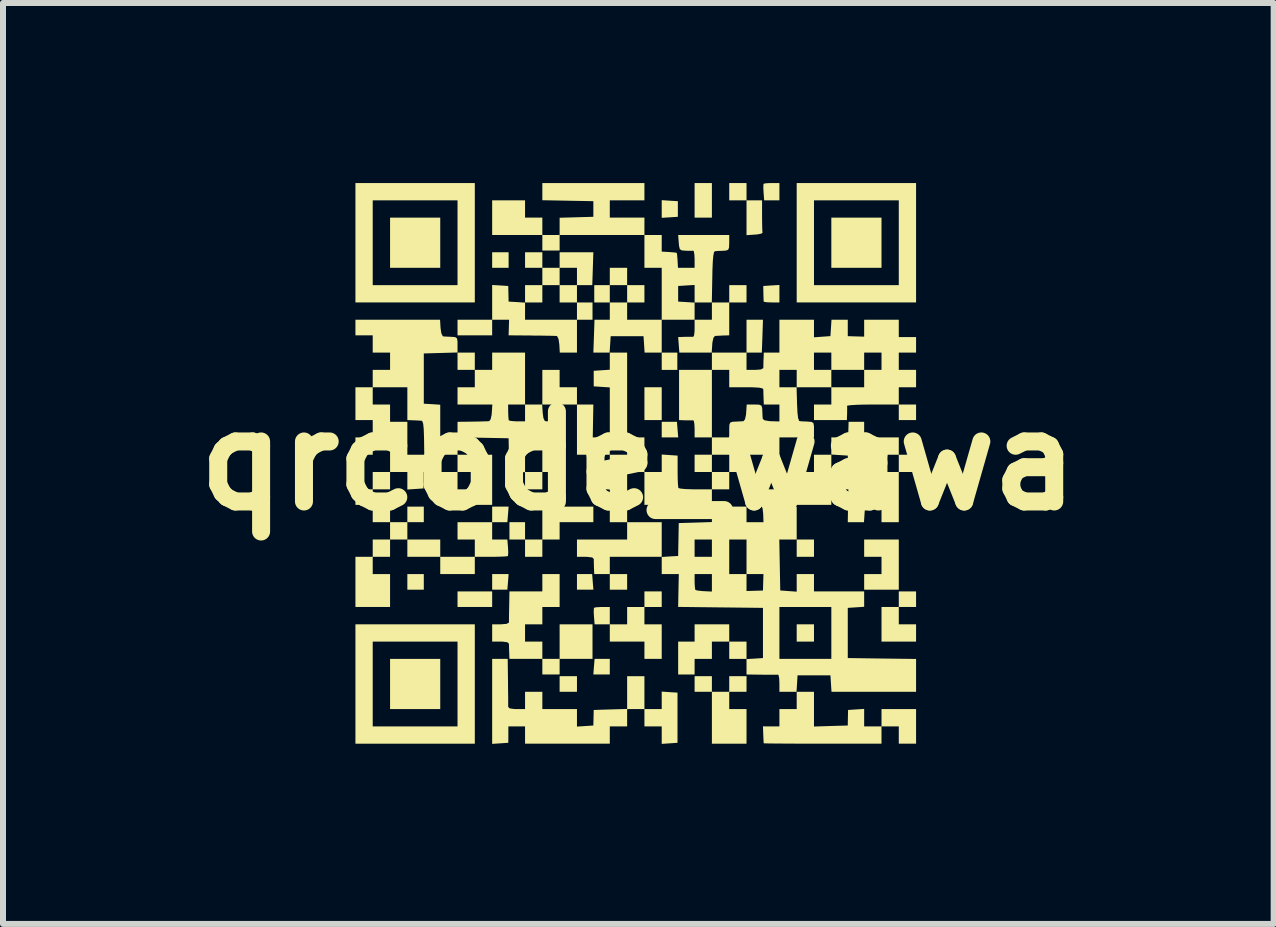
<source format=kicad_pcb>
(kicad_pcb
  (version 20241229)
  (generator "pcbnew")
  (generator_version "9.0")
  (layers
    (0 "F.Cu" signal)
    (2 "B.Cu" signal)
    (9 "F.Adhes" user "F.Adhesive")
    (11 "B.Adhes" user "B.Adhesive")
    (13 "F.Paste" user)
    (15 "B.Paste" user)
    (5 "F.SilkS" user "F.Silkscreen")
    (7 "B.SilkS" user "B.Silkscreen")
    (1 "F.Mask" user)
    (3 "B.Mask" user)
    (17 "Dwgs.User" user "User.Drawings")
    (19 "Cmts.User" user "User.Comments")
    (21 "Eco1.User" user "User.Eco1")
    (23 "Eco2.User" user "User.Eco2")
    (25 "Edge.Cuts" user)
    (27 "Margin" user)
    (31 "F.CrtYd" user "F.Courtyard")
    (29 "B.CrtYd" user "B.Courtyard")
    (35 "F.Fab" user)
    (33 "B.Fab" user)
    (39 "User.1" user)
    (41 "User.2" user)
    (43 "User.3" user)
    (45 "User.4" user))
  (footprint "qrcode_wawa"
    (layer "F.Cu")
    (at 7.586 4.627)
    (property "Reference" "qrcode_wawa" (at 0 0 0) (layer "F.SilkS") (effects (font (size 1.5 1.5) (thickness 0.3))))
    (attr board_only exclude_from_pos_files exclude_from_bom)
    (fp_poly (pts (xy -3.575 2.018) (xy -3.575 2.148) (xy -3.712 2.148) (xy -3.849 2.148) (xy -3.849 2.018) (xy -3.849 1.888) (xy -3.712 1.888) (xy -3.575 1.888)) (stroke (width 0) (type solid)) (fill yes) (layer "F.SilkS"))
    (fp_poly (pts (xy -3.301 -3.633) (xy -3.301 -3.215) (xy -3.719 -3.215) (xy -4.137 -3.215) (xy -4.137 -3.633) (xy -4.137 -4.051) (xy -3.719 -4.051) (xy -3.301 -4.051)) (stroke (width 0) (type solid)) (fill yes) (layer "F.SilkS"))
    (fp_poly (pts (xy -3.301 3.719) (xy -3.301 4.137) (xy -3.719 4.137) (xy -4.137 4.137) (xy -4.137 3.719) (xy -4.137 3.301) (xy -3.719 3.301) (xy -3.301 3.301)) (stroke (width 0) (type solid)) (fill yes) (layer "F.SilkS"))
    (fp_poly (pts (xy -2.436 2.306) (xy -2.436 2.436) (xy -2.725 2.436) (xy -3.013 2.436) (xy -3.013 2.306) (xy -3.013 2.177) (xy -2.725 2.177) (xy -2.436 2.177)) (stroke (width 0) (type solid)) (fill yes) (layer "F.SilkS"))
    (fp_poly (pts (xy -2.172 2.018) (xy -2.183 2.148) (xy -2.309 2.148) (xy -2.436 2.148) (xy -2.436 2.018) (xy -2.436 1.888) (xy -2.299 1.888) (xy -2.162 1.888)) (stroke (width 0) (type solid)) (fill yes) (layer "F.SilkS"))
    (fp_poly (pts (xy -2.162 -3.344) (xy -2.162 -3.215) (xy -2.299 -3.215) (xy -2.436 -3.215) (xy -2.436 -3.344) (xy -2.436 -3.474) (xy -2.299 -3.474) (xy -2.162 -3.474)) (stroke (width 0) (type solid)) (fill yes) (layer "F.SilkS"))
    (fp_poly (pts (xy -1.023 3.719) (xy -1.023 3.849) (xy -1.168 3.849) (xy -1.312 3.849) (xy -1.312 3.719) (xy -1.312 3.589) (xy -1.168 3.589) (xy -1.023 3.589)) (stroke (width 0) (type solid)) (fill yes) (layer "F.SilkS"))
    (fp_poly (pts (xy -0.76 2.018) (xy -0.749 2.148) (xy -0.886 2.148) (xy -1.023 2.148) (xy -1.023 2.018) (xy -1.023 1.888) (xy -0.897 1.888) (xy -0.77 1.888)) (stroke (width 0) (type solid)) (fill yes) (layer "F.SilkS"))
    (fp_poly (pts (xy -0.476 3.431) (xy -0.476 3.561) (xy -0.613 3.561) (xy -0.75 3.561) (xy -0.74 3.431) (xy -0.729 3.301) (xy -0.603 3.301) (xy -0.476 3.301)) (stroke (width 0) (type solid)) (fill yes) (layer "F.SilkS"))
    (fp_poly (pts (xy -0.187 2.018) (xy -0.187 2.148) (xy -0.332 2.148) (xy -0.476 2.148) (xy -0.476 2.018) (xy -0.476 1.888) (xy -0.332 1.888) (xy -0.187 1.888)) (stroke (width 0) (type solid)) (fill yes) (layer "F.SilkS"))
    (fp_poly (pts (xy 0.389 -0.951) (xy 0.389 -0.678) (xy 0.245 -0.678) (xy 0.101 -0.678) (xy 0.101 -0.951) (xy 0.101 -1.225) (xy 0.245 -1.225) (xy 0.389 -1.225)) (stroke (width 0) (type solid)) (fill yes) (layer "F.SilkS"))
    (fp_poly (pts (xy 0.524 -4.333) (xy 0.658 -4.325) (xy 0.658 -4.195) (xy 0.658 -4.065) (xy 0.524 -4.056) (xy 0.389 -4.048) (xy 0.389 -4.195) (xy 0.389 -4.342)) (stroke (width 0) (type solid)) (fill yes) (layer "F.SilkS"))
    (fp_poly (pts (xy 0.649 -1.658) (xy 0.649 -1.514) (xy 0.519 -1.514) (xy 0.389 -1.514) (xy 0.389 -1.658) (xy 0.389 -1.802) (xy 0.519 -1.802) (xy 0.649 -1.802)) (stroke (width 0) (type solid)) (fill yes) (layer "F.SilkS"))
    (fp_poly (pts (xy 0.653 -0.519) (xy 0.664 -0.389) (xy 0.526 -0.389) (xy 0.389 -0.389) (xy 0.389 -0.519) (xy 0.389 -0.649) (xy 0.516 -0.649) (xy 0.643 -0.649)) (stroke (width 0) (type solid)) (fill yes) (layer "F.SilkS"))
    (fp_poly (pts (xy 1.225 -4.339) (xy 1.225 -4.051) (xy 1.081 -4.051) (xy 0.937 -4.051) (xy 0.937 -4.339) (xy 0.937 -4.627) (xy 1.081 -4.627) (xy 1.225 -4.627)) (stroke (width 0) (type solid)) (fill yes) (layer "F.SilkS"))
    (fp_poly (pts (xy 1.225 0.043) (xy 1.225 0.187) (xy 1.081 0.187) (xy 0.937 0.187) (xy 0.937 0.043) (xy 0.937 -0.101) (xy 1.081 -0.101) (xy 1.225 -0.101)) (stroke (width 0) (type solid)) (fill yes) (layer "F.SilkS"))
    (fp_poly (pts (xy 1.802 -4.483) (xy 1.802 -4.339) (xy 1.658 -4.339) (xy 1.514 -4.339) (xy 1.514 -4.483) (xy 1.514 -4.627) (xy 1.658 -4.627) (xy 1.802 -4.627)) (stroke (width 0) (type solid)) (fill yes) (layer "F.SilkS"))
    (fp_poly (pts (xy 1.802 3.159) (xy 1.802 3.301) (xy 1.658 3.301) (xy 1.514 3.301) (xy 1.514 3.157) (xy 1.514 3.013) (xy 1.658 3.013) (xy 1.802 3.013)) (stroke (width 0) (type solid)) (fill yes) (layer "F.SilkS"))
    (fp_poly (pts (xy 2.926 1.456) (xy 2.926 1.6) (xy 2.782 1.6) (xy 2.638 1.6) (xy 2.638 1.456) (xy 2.638 1.312) (xy 2.782 1.312) (xy 2.926 1.312)) (stroke (width 0) (type solid)) (fill yes) (layer "F.SilkS"))
    (fp_poly (pts (xy 2.926 2.869) (xy 2.926 3.013) (xy 2.782 3.013) (xy 2.638 3.013) (xy 2.638 2.869) (xy 2.638 2.725) (xy 2.782 2.725) (xy 2.926 2.725)) (stroke (width 0) (type solid)) (fill yes) (layer "F.SilkS"))
    (fp_poly (pts (xy 4.051 -3.633) (xy 4.051 -3.215) (xy 3.633 -3.215) (xy 3.215 -3.215) (xy 3.215 -3.633) (xy 3.215 -4.051) (xy 3.633 -4.051) (xy 4.051 -4.051)) (stroke (width 0) (type solid)) (fill yes) (layer "F.SilkS"))
    (fp_poly (pts (xy 4.627 -0.807) (xy 4.627 -0.678) (xy 4.483 -0.678) (xy 4.339 -0.678) (xy 4.339 -0.807) (xy 4.339 -0.937) (xy 4.483 -0.937) (xy 4.627 -0.937)) (stroke (width 0) (type solid)) (fill yes) (layer "F.SilkS"))
    (fp_poly (pts (xy 2.35 -4.483) (xy 2.35 -4.339) (xy 2.223 -4.339) (xy 2.096 -4.339) (xy 2.086 -4.471) (xy 2.082 -4.552) (xy 2.084 -4.605) (xy 2.087 -4.615) (xy 2.121 -4.623) (xy 2.192 -4.627) (xy 2.225 -4.627) (xy 2.35 -4.627)) (stroke (width 0) (type solid)) (fill yes) (layer "F.SilkS"))
    (fp_poly (pts (xy 2.35 -2.784) (xy 2.35 -2.638) (xy 2.22 -2.638) (xy 2.142 -2.641) (xy 2.095 -2.648) (xy 2.088 -2.652) (xy 2.086 -2.688) (xy 2.084 -2.759) (xy 2.083 -2.789) (xy 2.081 -2.912) (xy 2.215 -2.921) (xy 2.35 -2.929)) (stroke (width 0) (type solid)) (fill yes) (layer "F.SilkS"))
    (fp_poly (pts (xy 2.061 -4.08) (xy 2.062 -3.962) (xy 2.064 -3.867) (xy 2.067 -3.809) (xy 2.069 -3.798) (xy 2.047 -3.784) (xy 1.985 -3.772) (xy 1.939 -3.768) (xy 1.802 -3.759) (xy 1.802 -4.049) (xy 1.802 -4.339) (xy 1.932 -4.339) (xy 2.061 -4.339)) (stroke (width 0) (type solid)) (fill yes) (layer "F.SilkS"))
    (fp_poly (pts (xy 1.225 -0.951) (xy 1.225 -0.389) (xy 1.081 -0.389) (xy 0.937 -0.389) (xy 0.937 -0.533) (xy 0.933 -0.615) (xy 0.923 -0.665) (xy 0.915 -0.674) (xy 0.875 -0.673) (xy 0.802 -0.674) (xy 0.786 -0.674) (xy 0.678 -0.678) (xy 0.678 -1.096) (xy 0.678 -1.514) (xy 0.951 -1.514) (xy 1.225 -1.514)) (stroke (width 0) (type solid)) (fill yes) (layer "F.SilkS"))
    (fp_poly (pts (xy 4.339 1.73) (xy 4.339 2.148) (xy 4.051 2.148) (xy 3.762 2.148) (xy 3.762 2.018) (xy 3.762 1.888) (xy 3.907 1.888) (xy 4.051 1.888) (xy 4.051 1.744) (xy 4.051 1.6) (xy 3.907 1.6) (xy 3.762 1.6) (xy 3.762 1.456) (xy 3.762 1.312) (xy 4.051 1.312) (xy 4.339 1.312)) (stroke (width 0) (type solid)) (fill yes) (layer "F.SilkS"))
    (fp_poly (pts (xy -2.725 -3.633) (xy -2.725 -2.638) (xy -3.719 -2.638) (xy -4.714 -2.638) (xy -4.714 -3.633) (xy -4.426 -3.633) (xy -4.426 -2.926) (xy -3.719 -2.926) (xy -3.013 -2.926) (xy -3.013 -3.633) (xy -3.013 -4.339) (xy -3.719 -4.339) (xy -4.426 -4.339) (xy -4.426 -3.633) (xy -4.714 -3.633) (xy -4.714 -4.627) (xy -3.719 -4.627) (xy -2.725 -4.627)) (stroke (width 0) (type solid)) (fill yes) (layer "F.SilkS"))
    (fp_poly (pts (xy -2.725 3.719) (xy -2.725 4.714) (xy -3.719 4.714) (xy -4.714 4.714) (xy -4.714 3.719) (xy -4.426 3.719) (xy -4.426 4.426) (xy -3.719 4.426) (xy -3.013 4.426) (xy -3.013 3.719) (xy -3.013 3.013) (xy -3.719 3.013) (xy -4.426 3.013) (xy -4.426 3.719) (xy -4.714 3.719) (xy -4.714 2.725) (xy -3.719 2.725) (xy -2.725 2.725)) (stroke (width 0) (type solid)) (fill yes) (layer "F.SilkS"))
    (fp_poly (pts (xy 4.627 -3.633) (xy 4.627 -2.638) (xy 3.633 -2.638) (xy 2.638 -2.638) (xy 2.638 -3.633) (xy 2.926 -3.633) (xy 2.926 -2.926) (xy 3.633 -2.926) (xy 4.339 -2.926) (xy 4.339 -3.633) (xy 4.339 -4.339) (xy 3.633 -4.339) (xy 2.926 -4.339) (xy 2.926 -3.633) (xy 2.638 -3.633) (xy 2.638 -4.627) (xy 3.633 -4.627) (xy 4.627 -4.627)) (stroke (width 0) (type solid)) (fill yes) (layer "F.SilkS"))
    (fp_poly (pts (xy 1.514 2.869) (xy 1.514 3.013) (xy 1.369 3.013) (xy 1.225 3.013) (xy 1.225 3.157) (xy 1.225 3.301) (xy 1.081 3.301) (xy 0.937 3.301) (xy 0.937 3.431) (xy 0.937 3.561) (xy 0.8 3.561) (xy 0.663 3.561) (xy 0.663 3.287) (xy 0.663 3.013) (xy 0.8 3.013) (xy 0.937 3.013) (xy 0.937 2.869) (xy 0.937 2.725) (xy 1.225 2.725) (xy 1.514 2.725)) (stroke (width 0) (type solid)) (fill yes) (layer "F.SilkS"))
    (fp_poly (pts (xy 4.627 2.306) (xy 4.627 2.436) (xy 4.483 2.436) (xy 4.339 2.436) (xy 4.339 2.58) (xy 4.339 2.725) (xy 4.483 2.725) (xy 4.627 2.725) (xy 4.627 2.869) (xy 4.627 3.013) (xy 4.339 3.013) (xy 4.051 3.013) (xy 4.051 2.725) (xy 4.051 2.436) (xy 4.195 2.436) (xy 4.339 2.436) (xy 4.339 2.306) (xy 4.339 2.177) (xy 4.483 2.177) (xy 4.627 2.177)) (stroke (width 0) (type solid)) (fill yes) (layer "F.SilkS"))
    (fp_poly (pts (xy 0.389 1.313) (xy 0.389 1.6) (xy -0.043 1.6) (xy -0.476 1.6) (xy -0.476 1.744) (xy -0.476 1.888) (xy -0.605 1.888) (xy -0.735 1.888) (xy -0.74 1.78) (xy -0.742 1.699) (xy -0.743 1.641) (xy -0.743 1.636) (xy -0.769 1.611) (xy -0.851 1.601) (xy -0.883 1.6) (xy -1.023 1.6) (xy -1.023 1.456) (xy -1.023 1.312) (xy -0.605 1.312) (xy -0.187 1.312) (xy -0.187 1.168) (xy -0.187 1.023) (xy 0.101 1.023) (xy 0.389 1.023)) (stroke (width 0) (type solid)) (fill yes) (layer "F.SilkS"))
    (fp_poly (pts (xy -0.75 0.894) (xy -0.75 1.023) (xy -1.031 1.023) (xy -1.312 1.023) (xy -1.312 1.168) (xy -1.312 1.312) (xy -1.456 1.312) (xy -1.6 1.312) (xy -1.6 1.456) (xy -1.6 1.6) (xy -1.744 1.6) (xy -1.888 1.6) (xy -1.888 1.456) (xy -1.888 1.312) (xy -2.018 1.312) (xy -2.148 1.312) (xy -2.148 1.168) (xy -2.148 1.023) (xy -2.018 1.023) (xy -1.888 1.023) (xy -1.888 1.168) (xy -1.888 1.312) (xy -1.744 1.312) (xy -1.6 1.312) (xy -1.6 1.038) (xy -1.6 0.764) (xy -1.175 0.764) (xy -0.75 0.764)) (stroke (width 0) (type solid)) (fill yes) (layer "F.SilkS"))
    (fp_poly (pts (xy 1.225 3.719) (xy 1.225 3.849) (xy 1.369 3.849) (xy 1.514 3.849) (xy 1.514 3.719) (xy 1.514 3.589) (xy 1.658 3.589) (xy 1.802 3.589) (xy 1.802 3.719) (xy 1.802 3.849) (xy 1.658 3.849) (xy 1.514 3.849) (xy 1.514 3.993) (xy 1.514 4.137) (xy 1.658 4.137) (xy 1.802 4.137) (xy 1.802 4.426) (xy 1.802 4.714) (xy 1.514 4.714) (xy 1.225 4.714) (xy 1.225 4.281) (xy 1.225 3.849) (xy 1.081 3.849) (xy 0.937 3.849) (xy 0.937 3.719) (xy 0.937 3.589) (xy 1.081 3.589) (xy 1.225 3.589)) (stroke (width 0) (type solid)) (fill yes) (layer "F.SilkS"))
    (fp_poly (pts (xy 1.802 -2.782) (xy 1.802 -2.638) (xy 1.658 -2.638) (xy 1.514 -2.638) (xy 1.514 -2.364) (xy 1.514 -2.09) (xy 1.413 -2.087) (xy 1.334 -2.083) (xy 1.278 -2.08) (xy 1.276 -2.079) (xy 1.251 -2.05) (xy 1.234 -1.974) (xy 1.231 -1.939) (xy 1.222 -1.802) (xy 0.954 -1.802) (xy 0.683 -1.802) (xy 0.673 -1.932) (xy 0.663 -2.061) (xy 0.778 -2.065) (xy 0.857 -2.066) (xy 0.909 -2.065) (xy 0.915 -2.065) (xy 0.928 -2.089) (xy 0.936 -2.153) (xy 0.937 -2.206) (xy 0.937 -2.35) (xy 1.081 -2.35) (xy 1.225 -2.35) (xy 1.225 -2.494) (xy 1.225 -2.638) (xy 1.369 -2.638) (xy 1.514 -2.638) (xy 1.514 -2.782) (xy 1.514 -2.926) (xy 1.658 -2.926) (xy 1.802 -2.926)) (stroke (width 0) (type solid)) (fill yes) (layer "F.SilkS"))
    (fp_poly (pts (xy 0.389 2.306) (xy 0.389 2.436) (xy 0.245 2.436) (xy 0.101 2.436) (xy 0.101 2.58) (xy 0.101 2.725) (xy 0.245 2.725) (xy 0.389 2.725) (xy 0.389 3.013) (xy 0.389 3.301) (xy 0.245 3.301) (xy 0.101 3.301) (xy 0.101 3.157) (xy 0.101 3.013) (xy -0.187 3.013) (xy -0.476 3.013) (xy -0.476 2.869) (xy -0.476 2.725) (xy -0.603 2.725) (xy -0.729 2.725) (xy -0.74 2.593) (xy -0.744 2.512) (xy -0.741 2.458) (xy -0.738 2.449) (xy -0.704 2.441) (xy -0.634 2.437) (xy -0.601 2.436) (xy -0.476 2.436) (xy -0.476 2.58) (xy -0.476 2.725) (xy -0.332 2.725) (xy -0.187 2.725) (xy -0.187 2.58) (xy -0.187 2.436) (xy -0.043 2.436) (xy 0.101 2.436) (xy 0.101 2.306) (xy 0.101 2.177) (xy 0.245 2.177) (xy 0.389 2.177)) (stroke (width 0) (type solid)) (fill yes) (layer "F.SilkS"))
    (fp_poly (pts (xy -4.137 0.894) (xy -4.137 1.023) (xy -3.993 1.023) (xy -3.849 1.023) (xy -3.849 0.894) (xy -3.849 0.764) (xy -3.712 0.764) (xy -3.575 0.764) (xy -3.575 0.894) (xy -3.575 1.023) (xy -3.712 1.023) (xy -3.849 1.023) (xy -3.849 1.168) (xy -3.849 1.312) (xy -3.993 1.312) (xy -4.137 1.312) (xy -4.137 1.456) (xy -4.137 1.6) (xy -4.281 1.6) (xy -4.426 1.6) (xy -4.426 1.744) (xy -4.426 1.888) (xy -4.281 1.888) (xy -4.137 1.888) (xy -4.137 2.162) (xy -4.137 2.436) (xy -4.426 2.436) (xy -4.714 2.436) (xy -4.714 2.018) (xy -4.714 1.6) (xy -4.57 1.6) (xy -4.426 1.6) (xy -4.426 1.456) (xy -4.426 1.312) (xy -4.281 1.312) (xy -4.137 1.312) (xy -4.137 1.168) (xy -4.137 1.023) (xy -4.281 1.023) (xy -4.426 1.023) (xy -4.426 0.894) (xy -4.426 0.764) (xy -4.281 0.764) (xy -4.137 0.764)) (stroke (width 0) (type solid)) (fill yes) (layer "F.SilkS"))
    (fp_poly (pts (xy -0.759 -3.2) (xy -0.768 -2.926) (xy -0.896 -2.926) (xy -1.023 -2.926) (xy -1.023 -2.782) (xy -1.023 -2.638) (xy -1.168 -2.638) (xy -1.312 -2.638) (xy -1.312 -2.782) (xy -1.312 -2.926) (xy -1.168 -2.926) (xy -1.023 -2.926) (xy -1.023 -3.07) (xy -1.023 -3.215) (xy -1.168 -3.215) (xy -1.312 -3.215) (xy -1.312 -3.07) (xy -1.312 -2.926) (xy -1.456 -2.926) (xy -1.6 -2.926) (xy -1.6 -2.782) (xy -1.6 -2.638) (xy -1.744 -2.638) (xy -1.888 -2.638) (xy -1.888 -2.781) (xy -1.888 -2.926) (xy -1.744 -2.926) (xy -1.6 -2.926) (xy -1.6 -3.07) (xy -1.6 -3.215) (xy -1.744 -3.215) (xy -1.888 -3.215) (xy -1.888 -3.344) (xy -1.888 -3.474) (xy -1.744 -3.474) (xy -1.6 -3.474) (xy -1.6 -3.344) (xy -1.6 -3.215) (xy -1.456 -3.215) (xy -1.312 -3.215) (xy -1.312 -3.344) (xy -1.312 -3.474) (xy -1.031 -3.474) (xy -0.75 -3.474)) (stroke (width 0) (type solid)) (fill yes) (layer "F.SilkS"))
    (fp_poly (pts (xy 0.101 -4.483) (xy 0.101 -4.339) (xy -0.187 -4.339) (xy -0.476 -4.339) (xy -0.476 -4.195) (xy -0.476 -4.051) (xy -0.187 -4.051) (xy 0.101 -4.051) (xy 0.101 -3.907) (xy 0.101 -3.762) (xy -0.605 -3.762) (xy -1.312 -3.762) (xy -1.312 -3.633) (xy -1.312 -3.503) (xy -1.456 -3.503) (xy -1.6 -3.503) (xy -1.6 -3.633) (xy -1.6 -3.762) (xy -2.018 -3.762) (xy -2.436 -3.762) (xy -2.436 -4.051) (xy -2.436 -4.339) (xy -2.162 -4.339) (xy -1.888 -4.339) (xy -1.888 -4.195) (xy -1.888 -4.051) (xy -1.744 -4.051) (xy -1.6 -4.051) (xy -1.6 -3.907) (xy -1.6 -3.762) (xy -1.456 -3.762) (xy -1.312 -3.762) (xy -1.312 -3.906) (xy -1.312 -4.049) (xy -1.031 -4.057) (xy -0.75 -4.065) (xy -0.75 -4.195) (xy -0.75 -4.325) (xy -1.175 -4.333) (xy -1.6 -4.341) (xy -1.6 -4.484) (xy -1.6 -4.627) (xy -0.75 -4.627) (xy 0.101 -4.627)) (stroke (width 0) (type solid)) (fill yes) (layer "F.SilkS"))
    (fp_poly (pts (xy -2.172 0.894) (xy -2.183 1.023) (xy -2.309 1.023) (xy -2.436 1.023) (xy -2.436 1.168) (xy -2.436 1.312) (xy -2.309 1.312) (xy -2.183 1.312) (xy -2.172 1.444) (xy -2.168 1.525) (xy -2.171 1.578) (xy -2.174 1.588) (xy -2.206 1.593) (xy -2.283 1.597) (xy -2.39 1.6) (xy -2.455 1.6) (xy -2.725 1.6) (xy -2.725 1.744) (xy -2.725 1.888) (xy -3.013 1.888) (xy -3.301 1.888) (xy -3.301 1.744) (xy -3.301 1.6) (xy -3.575 1.6) (xy -3.849 1.6) (xy -3.849 1.456) (xy -3.849 1.312) (xy -3.575 1.312) (xy -3.301 1.312) (xy -3.301 1.456) (xy -3.301 1.6) (xy -3.013 1.6) (xy -2.725 1.6) (xy -2.725 1.456) (xy -2.725 1.312) (xy -2.869 1.312) (xy -3.013 1.312) (xy -3.013 1.168) (xy -3.013 1.023) (xy -2.725 1.023) (xy -2.436 1.023) (xy -2.436 0.894) (xy -2.436 0.764) (xy -2.299 0.764) (xy -2.162 0.764)) (stroke (width 0) (type solid)) (fill yes) (layer "F.SilkS"))
    (fp_poly (pts (xy -2.302 -2.921) (xy -2.168 -2.912) (xy -2.165 -2.782) (xy -2.162 -2.652) (xy -2.025 -2.644) (xy -1.888 -2.635) (xy -1.888 -2.494) (xy -1.888 -2.35) (xy -1.456 -2.35) (xy -1.023 -2.35) (xy -1.023 -2.494) (xy -1.023 -2.638) (xy -0.894 -2.638) (xy -0.764 -2.638) (xy -0.764 -2.494) (xy -0.764 -2.35) (xy -0.894 -2.35) (xy -1.023 -2.35) (xy -1.023 -2.076) (xy -1.023 -1.802) (xy -1.166 -1.802) (xy -1.309 -1.802) (xy -1.317 -1.939) (xy -1.33 -2.028) (xy -1.353 -2.075) (xy -1.362 -2.079) (xy -1.403 -2.081) (xy -1.49 -2.083) (xy -1.61 -2.085) (xy -1.753 -2.086) (xy -1.78 -2.087) (xy -2.162 -2.09) (xy -2.158 -2.22) (xy -2.154 -2.35) (xy -2.295 -2.35) (xy -2.436 -2.35) (xy -2.436 -2.22) (xy -2.436 -2.09) (xy -2.725 -2.09) (xy -3.013 -2.09) (xy -3.013 -2.22) (xy -3.013 -2.35) (xy -2.725 -2.35) (xy -2.436 -2.35) (xy -2.436 -2.64) (xy -2.436 -2.929)) (stroke (width 0) (type solid)) (fill yes) (layer "F.SilkS"))
    (fp_poly (pts (xy 2.926 4.138) (xy 2.926 4.428) (xy 3.207 4.419) (xy 3.489 4.411) (xy 3.491 4.281) (xy 3.494 4.152) (xy 3.628 4.143) (xy 3.762 4.134) (xy 3.762 4.28) (xy 3.762 4.426) (xy 3.907 4.426) (xy 4.051 4.426) (xy 4.051 4.281) (xy 4.051 4.137) (xy 4.339 4.137) (xy 4.627 4.137) (xy 4.627 4.426) (xy 4.627 4.714) (xy 4.483 4.714) (xy 4.339 4.714) (xy 4.339 4.57) (xy 4.339 4.426) (xy 4.195 4.426) (xy 4.051 4.426) (xy 4.051 4.57) (xy 4.051 4.714) (xy 3.07 4.714) (xy 2.839 4.714) (xy 2.627 4.713) (xy 2.441 4.712) (xy 2.288 4.711) (xy 2.174 4.71) (xy 2.105 4.708) (xy 2.088 4.707) (xy 2.086 4.676) (xy 2.083 4.607) (xy 2.081 4.562) (xy 2.076 4.425) (xy 2.213 4.426) (xy 2.35 4.426) (xy 2.35 4.281) (xy 2.35 4.137) (xy 2.494 4.137) (xy 2.638 4.137) (xy 2.638 3.993) (xy 2.638 3.849) (xy 2.781 3.849) (xy 2.926 3.849)) (stroke (width 0) (type solid)) (fill yes) (layer "F.SilkS"))
    (fp_poly (pts (xy -1.312 2.162) (xy -1.312 2.436) (xy -1.456 2.436) (xy -1.6 2.436) (xy -1.6 2.58) (xy -1.6 2.725) (xy -1.744 2.725) (xy -1.888 2.725) (xy -1.888 2.869) (xy -1.888 3.013) (xy -1.744 3.013) (xy -1.6 3.013) (xy -1.6 3.157) (xy -1.6 3.301) (xy -1.456 3.301) (xy -1.312 3.301) (xy -1.312 3.013) (xy -1.312 2.725) (xy -1.038 2.725) (xy -0.764 2.725) (xy -0.764 3.013) (xy -0.764 3.301) (xy -1.038 3.301) (xy -1.312 3.301) (xy -1.312 3.431) (xy -1.312 3.561) (xy -1.456 3.561) (xy -1.6 3.561) (xy -1.6 3.431) (xy -1.6 3.301) (xy -1.874 3.301) (xy -2.148 3.301) (xy -2.152 3.193) (xy -2.155 3.112) (xy -2.156 3.054) (xy -2.156 3.049) (xy -2.182 3.024) (xy -2.264 3.013) (xy -2.295 3.013) (xy -2.436 3.013) (xy -2.436 2.869) (xy -2.436 2.725) (xy -2.295 2.725) (xy -2.199 2.718) (xy -2.157 2.697) (xy -2.156 2.688) (xy -2.156 2.644) (xy -2.155 2.559) (xy -2.153 2.448) (xy -2.152 2.415) (xy -2.148 2.177) (xy -1.874 2.177) (xy -1.6 2.177) (xy -1.6 2.033) (xy -1.6 1.888) (xy -1.456 1.888) (xy -1.312 1.888)) (stroke (width 0) (type solid)) (fill yes) (layer "F.SilkS"))
    (fp_poly (pts (xy 3.762 -0.519) (xy 3.762 -0.389) (xy 4.051 -0.389) (xy 4.339 -0.389) (xy 4.339 -0.245) (xy 4.339 -0.101) (xy 4.195 -0.101) (xy 4.051 -0.101) (xy 4.051 0.043) (xy 4.051 0.187) (xy 4.195 0.187) (xy 4.339 0.187) (xy 4.339 0.043) (xy 4.339 -0.101) (xy 4.483 -0.101) (xy 4.627 -0.101) (xy 4.627 0.043) (xy 4.627 0.187) (xy 4.483 0.187) (xy 4.339 0.187) (xy 4.339 0.605) (xy 4.339 1.023) (xy 4.195 1.023) (xy 4.051 1.023) (xy 4.051 0.877) (xy 4.051 0.731) (xy 3.914 0.741) (xy 3.777 0.75) (xy 3.768 0.887) (xy 3.759 1.023) (xy 3.624 1.024) (xy 3.489 1.024) (xy 3.494 0.75) (xy 3.499 0.476) (xy 3.357 0.476) (xy 3.215 0.476) (xy 3.215 0.605) (xy 3.215 0.735) (xy 2.926 0.735) (xy 2.638 0.735) (xy 2.638 0.461) (xy 2.638 0.187) (xy 2.782 0.187) (xy 2.926 0.187) (xy 2.926 0.043) (xy 2.926 -0.101) (xy 3.07 -0.101) (xy 3.215 -0.101) (xy 3.215 0.043) (xy 3.215 0.191) (xy 3.352 0.182) (xy 3.489 0.173) (xy 3.489 0.043) (xy 3.489 -0.086) (xy 3.352 -0.095) (xy 3.215 -0.104) (xy 3.215 -0.245) (xy 3.215 -0.389) (xy 3.359 -0.389) (xy 3.44 -0.393) (xy 3.491 -0.403) (xy 3.5 -0.411) (xy 3.498 -0.452) (xy 3.499 -0.524) (xy 3.5 -0.541) (xy 3.503 -0.649) (xy 3.633 -0.649) (xy 3.762 -0.649)) (stroke (width 0) (type solid)) (fill yes) (layer "F.SilkS"))
    (fp_poly (pts (xy -2.172 3.683) (xy -2.171 3.828) (xy -2.169 3.953) (xy -2.169 4.047) (xy -2.169 4.098) (xy -2.169 4.101) (xy -2.143 4.126) (xy -2.061 4.137) (xy -2.029 4.137) (xy -1.888 4.137) (xy -1.888 3.993) (xy -1.888 3.849) (xy -1.744 3.849) (xy -1.6 3.849) (xy -1.6 3.993) (xy -1.6 4.137) (xy -1.312 4.137) (xy -1.023 4.137) (xy -1.023 4.283) (xy -1.023 4.429) (xy -0.887 4.42) (xy -0.75 4.411) (xy -0.747 4.281) (xy -0.744 4.152) (xy -0.466 4.143) (xy -0.187 4.135) (xy -0.187 3.862) (xy -0.187 3.589) (xy -0.043 3.589) (xy 0.101 3.589) (xy 0.101 3.863) (xy 0.101 4.137) (xy 0.245 4.137) (xy 0.389 4.137) (xy 0.389 3.991) (xy 0.389 3.846) (xy 0.521 3.855) (xy 0.652 3.863) (xy 0.652 4.281) (xy 0.652 4.699) (xy 0.521 4.708) (xy 0.389 4.717) (xy 0.389 4.571) (xy 0.389 4.426) (xy 0.245 4.426) (xy 0.101 4.426) (xy 0.101 4.281) (xy 0.101 4.137) (xy -0.043 4.137) (xy -0.187 4.137) (xy -0.187 4.281) (xy -0.187 4.426) (xy -0.332 4.426) (xy -0.476 4.426) (xy -0.476 4.57) (xy -0.476 4.714) (xy -1.182 4.714) (xy -1.888 4.714) (xy -1.888 4.57) (xy -1.888 4.426) (xy -2.027 4.426) (xy -2.166 4.426) (xy -2.166 4.562) (xy -2.167 4.699) (xy -2.302 4.708) (xy -2.436 4.717) (xy -2.436 4.009) (xy -2.436 3.301) (xy -2.306 3.301) (xy -2.177 3.301)) (stroke (width 0) (type solid)) (fill yes) (layer "F.SilkS"))
    (fp_poly (pts (xy -2.725 -1.658) (xy -2.725 -1.514) (xy -2.58 -1.514) (xy -2.436 -1.514) (xy -2.436 -1.658) (xy -2.436 -1.802) (xy -2.162 -1.802) (xy -1.888 -1.802) (xy -1.888 -1.369) (xy -1.888 -0.937) (xy -2.029 -0.937) (xy -2.17 -0.937) (xy -2.169 -0.814) (xy -2.166 -0.735) (xy -2.161 -0.682) (xy -2.159 -0.674) (xy -2.127 -0.664) (xy -2.058 -0.658) (xy -2.019 -0.657) (xy -1.888 -0.657) (xy -1.888 -0.797) (xy -1.888 -0.937) (xy -1.744 -0.937) (xy -1.603 -0.937) (xy -1.594 -0.8) (xy -1.582 -0.711) (xy -1.559 -0.664) (xy -1.55 -0.66) (xy -1.498 -0.656) (xy -1.42 -0.653) (xy -1.413 -0.652) (xy -1.312 -0.649) (xy -1.312 -0.231) (xy -1.312 0.187) (xy -1.456 0.187) (xy -1.6 0.187) (xy -1.6 0.332) (xy -1.6 0.476) (xy -1.744 0.476) (xy -1.888 0.476) (xy -1.888 0.333) (xy -1.888 0.191) (xy -2.02 0.182) (xy -2.152 0.173) (xy -2.157 -0.101) (xy -1.888 -0.101) (xy -1.888 0.187) (xy -1.744 0.187) (xy -1.6 0.187) (xy -1.6 -0.101) (xy -1.6 -0.389) (xy -1.744 -0.389) (xy -1.888 -0.389) (xy -1.888 -0.101) (xy -2.157 -0.101) (xy -2.162 -0.375) (xy -2.588 -0.383) (xy -3.013 -0.391) (xy -3.013 -0.519) (xy -3.013 -0.649) (xy -2.768 -0.652) (xy -2.651 -0.654) (xy -2.555 -0.657) (xy -2.496 -0.659) (xy -2.487 -0.66) (xy -2.462 -0.689) (xy -2.445 -0.765) (xy -2.442 -0.8) (xy -2.433 -0.937) (xy -2.723 -0.937) (xy -3.013 -0.937) (xy -3.013 -1.081) (xy -3.013 -1.225) (xy -2.869 -1.225) (xy -2.725 -1.225) (xy -2.725 -1.369) (xy -2.725 -1.514) (xy -2.869 -1.514) (xy -3.013 -1.514) (xy -3.013 -1.659) (xy -3.013 -1.802) (xy -2.869 -1.802) (xy -2.725 -1.802)) (stroke (width 0) (type solid)) (fill yes) (layer "F.SilkS"))
    (fp_poly (pts (xy -3.296 -2.213) (xy -3.283 -2.124) (xy -3.26 -2.077) (xy -3.251 -2.072) (xy -3.199 -2.069) (xy -3.121 -2.065) (xy -3.114 -2.065) (xy -3.052 -2.06) (xy -3.022 -2.04) (xy -3.013 -1.988) (xy -3.013 -1.932) (xy -3.013 -1.804) (xy -3.294 -1.796) (xy -3.575 -1.788) (xy -3.575 -1.369) (xy -3.575 -0.951) (xy -3.438 -0.943) (xy -3.301 -0.934) (xy -3.301 -0.662) (xy -3.301 -0.389) (xy -3.157 -0.389) (xy -3.013 -0.389) (xy -3.013 -0.246) (xy -3.013 -0.101) (xy -3.157 -0.101) (xy -3.301 -0.101) (xy -3.301 0.043) (xy -3.301 0.187) (xy -3.157 0.187) (xy -3.013 0.187) (xy -3.013 0.043) (xy -3.013 -0.101) (xy -2.725 -0.101) (xy -2.436 -0.101) (xy -2.436 0.317) (xy -2.436 0.735) (xy -2.869 0.735) (xy -3.301 0.735) (xy -3.301 0.461) (xy -3.301 0.332) (xy -3.013 0.332) (xy -3.013 0.476) (xy -2.869 0.476) (xy -2.725 0.476) (xy -2.725 0.332) (xy -2.725 0.187) (xy -2.869 0.187) (xy -3.013 0.187) (xy -3.013 0.332) (xy -3.301 0.332) (xy -3.301 0.187) (xy -3.44 0.187) (xy -3.579 0.187) (xy -3.579 0.324) (xy -3.58 0.461) (xy -3.714 0.47) (xy -3.849 0.479) (xy -3.849 0.333) (xy -3.849 0.187) (xy -3.993 0.187) (xy -4.137 0.187) (xy -4.137 0.332) (xy -4.137 0.476) (xy -4.281 0.476) (xy -4.426 0.476) (xy -4.426 0.605) (xy -4.426 0.735) (xy -4.57 0.735) (xy -4.714 0.735) (xy -4.714 0.605) (xy -4.714 0.476) (xy -4.57 0.476) (xy -4.426 0.476) (xy -4.426 0.332) (xy -4.426 0.187) (xy -4.281 0.187) (xy -4.137 0.187) (xy -4.137 -0.101) (xy -4.137 -0.389) (xy -4.281 -0.389) (xy -4.426 -0.389) (xy -4.426 -0.245) (xy -4.426 -0.101) (xy -4.57 -0.101) (xy -4.714 -0.101) (xy -4.714 -0.245) (xy -4.714 -0.389) (xy -4.57 -0.389) (xy -4.426 -0.389) (xy -4.426 -0.533) (xy -4.426 -0.678) (xy -4.57 -0.678) (xy -4.714 -0.678) (xy -4.714 -0.951) (xy -4.714 -1.081) (xy -4.426 -1.081) (xy -4.426 -0.937) (xy -4.281 -0.937) (xy -4.137 -0.937) (xy -4.137 -0.793) (xy -4.137 -0.649) (xy -3.993 -0.649) (xy -3.849 -0.649) (xy -3.849 -0.375) (xy -3.849 -0.101) (xy -3.708 -0.101) (xy -3.567 -0.101) (xy -3.571 -0.382) (xy -3.576 -0.524) (xy -3.585 -0.615) (xy -3.6 -0.66) (xy -3.611 -0.667) (xy -3.663 -0.67) (xy -3.741 -0.674) (xy -3.748 -0.674) (xy -3.849 -0.678) (xy -3.849 -0.951) (xy -3.849 -1.225) (xy -4.137 -1.225) (xy -4.426 -1.225) (xy -4.426 -1.081) (xy -4.714 -1.081) (xy -4.714 -1.225) (xy -4.57 -1.225) (xy -4.426 -1.225) (xy -4.426 -1.369) (xy -4.426 -1.514) (xy -4.281 -1.514) (xy -4.137 -1.514) (xy -4.137 -1.658) (xy -4.137 -1.802) (xy -4.281 -1.802) (xy -4.426 -1.802) (xy -4.426 -1.946) (xy -4.426 -2.09) (xy -4.57 -2.09) (xy -4.714 -2.09) (xy -4.714 -2.22) (xy -4.714 -2.35) (xy -4.009 -2.35) (xy -3.304 -2.35)) (stroke (width 0) (type solid)) (fill yes) (layer "F.SilkS"))
    (fp_poly (pts (xy 2.355 0.613) (xy 2.368 0.702) (xy 2.391 0.749) (xy 2.4 0.753) (xy 2.452 0.757) (xy 2.53 0.76) (xy 2.537 0.76) (xy 2.638 0.764) (xy 2.638 1.038) (xy 2.638 1.312) (xy 2.493 1.312) (xy 2.348 1.312) (xy 2.356 1.737) (xy 2.364 2.161) (xy 2.501 2.171) (xy 2.638 2.181) (xy 2.638 2.035) (xy 2.638 1.888) (xy 2.782 1.888) (xy 2.926 1.888) (xy 2.926 2.033) (xy 2.926 2.177) (xy 3.344 2.177) (xy 3.762 2.177) (xy 3.762 2.305) (xy 3.762 2.433) (xy 3.625 2.442) (xy 3.489 2.451) (xy 3.489 2.869) (xy 3.489 3.287) (xy 4.058 3.295) (xy 4.627 3.302) (xy 4.627 3.576) (xy 4.627 3.849) (xy 3.923 3.849) (xy 3.218 3.849) (xy 3.209 3.712) (xy 3.2 3.575) (xy 2.926 3.575) (xy 2.652 3.575) (xy 2.644 3.712) (xy 2.635 3.849) (xy 2.494 3.849) (xy 2.35 3.849) (xy 2.35 3.705) (xy 2.346 3.623) (xy 2.336 3.573) (xy 2.328 3.564) (xy 2.291 3.565) (xy 2.211 3.565) (xy 2.103 3.565) (xy 2.054 3.564) (xy 1.802 3.561) (xy 1.802 3.431) (xy 1.802 3.304) (xy 1.939 3.296) (xy 2.076 3.287) (xy 2.076 2.869) (xy 2.35 2.869) (xy 2.35 3.301) (xy 2.782 3.301) (xy 3.215 3.301) (xy 3.215 2.869) (xy 3.215 2.436) (xy 2.782 2.436) (xy 2.35 2.436) (xy 2.35 2.869) (xy 2.076 2.869) (xy 2.076 2.451) (xy 1.369 2.443) (xy 0.663 2.435) (xy 0.668 2.162) (xy 0.671 2.013) (xy 0.937 2.013) (xy 0.94 2.093) (xy 0.947 2.144) (xy 0.951 2.152) (xy 0.985 2.162) (xy 1.057 2.17) (xy 1.095 2.173) (xy 1.225 2.179) (xy 1.225 2.034) (xy 1.225 2.029) (xy 1.802 2.029) (xy 1.802 2.17) (xy 1.939 2.166) (xy 2.076 2.162) (xy 2.08 2.025) (xy 2.084 1.888) (xy 1.943 1.888) (xy 1.802 1.888) (xy 1.802 2.029) (xy 1.225 2.029) (xy 1.225 1.888) (xy 1.081 1.888) (xy 0.937 1.888) (xy 0.937 2.013) (xy 0.671 2.013) (xy 0.674 1.888) (xy 0.531 1.888) (xy 0.389 1.888) (xy 0.389 1.744) (xy 0.389 1.603) (xy 0.526 1.594) (xy 0.663 1.586) (xy 0.665 1.456) (xy 0.937 1.456) (xy 0.937 1.6) (xy 1.081 1.6) (xy 1.225 1.6) (xy 1.514 1.6) (xy 1.514 1.888) (xy 1.658 1.888) (xy 1.802 1.888) (xy 1.802 1.6) (xy 1.802 1.312) (xy 1.658 1.312) (xy 1.514 1.312) (xy 1.514 1.6) (xy 1.225 1.6) (xy 1.225 1.456) (xy 1.225 1.312) (xy 1.081 1.312) (xy 0.937 1.312) (xy 0.937 1.456) (xy 0.665 1.456) (xy 0.668 1.312) (xy 0.673 1.038) (xy 0.949 1.03) (xy 1.225 1.021) (xy 1.225 0.893) (xy 1.225 0.764) (xy 1.514 0.764) (xy 1.802 0.764) (xy 1.802 0.894) (xy 1.802 1.023) (xy 1.943 1.023) (xy 2.084 1.023) (xy 2.08 0.887) (xy 2.07 0.795) (xy 2.048 0.749) (xy 2.04 0.746) (xy 1.988 0.743) (xy 1.91 0.739) (xy 1.903 0.739) (xy 1.841 0.734) (xy 1.811 0.713) (xy 1.803 0.662) (xy 1.802 0.605) (xy 1.802 0.476) (xy 2.074 0.476) (xy 2.347 0.476)) (stroke (width 0) (type solid)) (fill yes) (layer "F.SilkS"))
    (fp_poly (pts (xy 0.389 -3.624) (xy 0.389 -3.485) (xy 0.511 -3.478) (xy 0.587 -3.472) (xy 0.634 -3.466) (xy 0.639 -3.465) (xy 0.645 -3.435) (xy 0.651 -3.367) (xy 0.653 -3.336) (xy 0.66 -3.215) (xy 0.798 -3.215) (xy 0.937 -3.215) (xy 0.937 -3.359) (xy 0.933 -3.44) (xy 0.923 -3.491) (xy 0.915 -3.5) (xy 0.874 -3.498) (xy 0.802 -3.499) (xy 0.789 -3.5) (xy 0.724 -3.505) (xy 0.691 -3.526) (xy 0.678 -3.578) (xy 0.673 -3.633) (xy 0.663 -3.762) (xy 1.088 -3.762) (xy 1.514 -3.762) (xy 1.514 -3.633) (xy 1.511 -3.553) (xy 1.496 -3.515) (xy 1.456 -3.502) (xy 1.413 -3.499) (xy 1.334 -3.496) (xy 1.278 -3.492) (xy 1.276 -3.492) (xy 1.26 -3.474) (xy 1.249 -3.419) (xy 1.24 -3.321) (xy 1.234 -3.175) (xy 1.232 -3.063) (xy 1.224 -2.638) (xy 1.081 -2.638) (xy 0.937 -2.638) (xy 0.937 -2.784) (xy 0.937 -2.929) (xy 0.8 -2.921) (xy 0.663 -2.912) (xy 0.663 -2.782) (xy 0.663 -2.652) (xy 0.8 -2.644) (xy 0.937 -2.635) (xy 0.937 -2.492) (xy 0.937 -2.35) (xy 0.663 -2.35) (xy 0.389 -2.35) (xy 0.389 -2.076) (xy 0.389 -1.802) (xy 0.247 -1.802) (xy 0.104 -1.802) (xy 0.095 -1.939) (xy 0.086 -2.076) (xy -0.187 -2.076) (xy -0.461 -2.076) (xy -0.47 -1.939) (xy -0.479 -1.802) (xy -0.333 -1.802) (xy -0.187 -1.802) (xy -0.187 -1.096) (xy -0.187 -0.389) (xy -0.332 -0.389) (xy -0.476 -0.389) (xy -0.476 -0.245) (xy -0.476 -0.101) (xy -0.332 -0.101) (xy -0.187 -0.101) (xy -0.187 -0.245) (xy -0.187 -0.389) (xy -0.043 -0.389) (xy 0.101 -0.389) (xy 0.101 -0.101) (xy 0.101 0.187) (xy 0.245 0.187) (xy 0.389 0.187) (xy 0.389 0.042) (xy 0.389 -0.104) (xy 0.522 -0.095) (xy 0.654 -0.086) (xy 0.654 0.173) (xy 0.655 0.29) (xy 0.659 0.385) (xy 0.665 0.443) (xy 0.667 0.454) (xy 0.7 0.463) (xy 0.777 0.471) (xy 0.885 0.475) (xy 0.953 0.476) (xy 1.225 0.476) (xy 1.225 0.332) (xy 1.225 0.187) (xy 1.369 0.187) (xy 1.514 0.187) (xy 1.514 0.043) (xy 1.514 -0.101) (xy 1.369 -0.101) (xy 1.225 -0.101) (xy 1.225 -0.245) (xy 1.225 -0.389) (xy 1.369 -0.389) (xy 1.514 -0.389) (xy 1.514 -0.519) (xy 1.516 -0.599) (xy 1.531 -0.637) (xy 1.571 -0.65) (xy 1.615 -0.652) (xy 1.693 -0.656) (xy 1.749 -0.659) (xy 1.751 -0.66) (xy 1.776 -0.689) (xy 1.793 -0.765) (xy 1.796 -0.8) (xy 1.805 -0.937) (xy 1.933 -0.937) (xy 2.012 -0.935) (xy 2.05 -0.919) (xy 2.063 -0.878) (xy 2.065 -0.836) (xy 2.068 -0.757) (xy 2.072 -0.702) (xy 2.072 -0.699) (xy 2.102 -0.674) (xy 2.181 -0.661) (xy 2.213 -0.659) (xy 2.35 -0.655) (xy 2.35 -0.796) (xy 2.35 -0.937) (xy 2.22 -0.937) (xy 2.09 -0.937) (xy 2.086 -1.045) (xy 2.083 -1.126) (xy 2.082 -1.184) (xy 2.082 -1.189) (xy 2.066 -1.207) (xy 2.01 -1.218) (xy 1.908 -1.224) (xy 1.799 -1.225) (xy 1.514 -1.225) (xy 1.514 -1.369) (xy 1.514 -1.514) (xy 1.369 -1.514) (xy 1.225 -1.514) (xy 1.225 -1.658) (xy 1.225 -1.802) (xy 1.512 -1.802) (xy 1.802 -1.802) (xy 1.802 -2.076) (xy 1.802 -2.35) (xy 1.939 -2.35) (xy 2.076 -2.35) (xy 2.067 -2.076) (xy 2.057 -1.802) (xy 1.93 -1.802) (xy 1.802 -1.802) (xy 1.802 -1.658) (xy 1.802 -1.514) (xy 1.943 -1.514) (xy 2.04 -1.521) (xy 2.081 -1.542) (xy 2.082 -1.55) (xy 2.083 -1.601) (xy 2.084 -1.658) (xy 2.926 -1.658) (xy 2.926 -1.514) (xy 3.07 -1.514) (xy 3.215 -1.514) (xy 3.215 -1.369) (xy 3.215 -1.225) (xy 3.489 -1.225) (xy 3.762 -1.225) (xy 3.762 -1.369) (xy 3.762 -1.514) (xy 3.907 -1.514) (xy 4.051 -1.514) (xy 4.051 -1.658) (xy 4.051 -1.802) (xy 3.907 -1.802) (xy 3.762 -1.802) (xy 3.762 -1.658) (xy 3.762 -1.514) (xy 3.489 -1.514) (xy 3.215 -1.514) (xy 3.215 -1.658) (xy 3.215 -1.802) (xy 3.07 -1.802) (xy 2.926 -1.802) (xy 2.926 -1.658) (xy 2.084 -1.658) (xy 2.085 -1.68) (xy 2.086 -1.694) (xy 2.09 -1.802) (xy 2.22 -1.802) (xy 2.35 -1.802) (xy 2.35 -2.076) (xy 2.35 -2.35) (xy 2.638 -2.35) (xy 2.926 -2.35) (xy 2.926 -2.203) (xy 2.926 -2.057) (xy 3.063 -2.067) (xy 3.2 -2.077) (xy 3.209 -2.213) (xy 3.218 -2.35) (xy 3.353 -2.35) (xy 3.489 -2.35) (xy 3.489 -2.213) (xy 3.489 -2.076) (xy 3.625 -2.072) (xy 3.762 -2.068) (xy 3.762 -2.209) (xy 3.762 -2.35) (xy 4.051 -2.35) (xy 4.339 -2.35) (xy 4.339 -2.206) (xy 4.339 -2.061) (xy 4.483 -2.061) (xy 4.627 -2.061) (xy 4.627 -1.932) (xy 4.627 -1.802) (xy 4.483 -1.802) (xy 4.339 -1.802) (xy 4.339 -1.658) (xy 4.339 -1.514) (xy 4.483 -1.514) (xy 4.627 -1.514) (xy 4.627 -1.369) (xy 4.627 -1.225) (xy 4.483 -1.225) (xy 4.339 -1.225) (xy 4.339 -1.081) (xy 4.339 -0.937) (xy 3.907 -0.937) (xy 3.756 -0.936) (xy 3.629 -0.932) (xy 3.535 -0.926) (xy 3.484 -0.919) (xy 3.478 -0.915) (xy 3.479 -0.875) (xy 3.478 -0.802) (xy 3.478 -0.786) (xy 3.474 -0.678) (xy 3.2 -0.678) (xy 2.926 -0.678) (xy 2.926 -0.807) (xy 2.926 -0.937) (xy 3.07 -0.937) (xy 3.215 -0.937) (xy 3.215 -1.081) (xy 3.215 -1.225) (xy 2.925 -1.225) (xy 2.638 -1.225) (xy 2.638 -1.369) (xy 2.638 -1.514) (xy 2.494 -1.514) (xy 2.35 -1.514) (xy 2.35 -1.369) (xy 2.35 -1.225) (xy 2.494 -1.225) (xy 2.636 -1.225) (xy 2.644 -0.944) (xy 2.651 -0.8) (xy 2.662 -0.709) (xy 2.679 -0.665) (xy 2.688 -0.66) (xy 2.741 -0.656) (xy 2.819 -0.653) (xy 2.825 -0.652) (xy 2.887 -0.647) (xy 2.917 -0.627) (xy 2.926 -0.575) (xy 2.926 -0.519) (xy 2.926 -0.389) (xy 2.638 -0.389) (xy 2.35 -0.389) (xy 2.35 -0.245) (xy 2.35 -0.101) (xy 2.076 -0.101) (xy 1.802 -0.101) (xy 1.802 0.043) (xy 1.802 0.187) (xy 1.658 0.187) (xy 1.514 0.187) (xy 1.514 0.332) (xy 1.514 0.476) (xy 1.369 0.476) (xy 1.225 0.476) (xy 1.225 0.605) (xy 1.225 0.735) (xy 0.663 0.735) (xy 0.101 0.735) (xy 0.101 0.461) (xy 0.101 0.187) (xy -0.043 0.187) (xy -0.187 0.187) (xy -0.187 0.605) (xy -0.187 1.023) (xy -0.332 1.023) (xy -0.476 1.023) (xy -0.476 0.751) (xy -0.476 0.479) (xy -0.609 0.47) (xy -0.743 0.461) (xy -0.746 0.324) (xy -0.75 0.187) (xy -0.613 0.187) (xy -0.476 0.187) (xy -0.476 0.043) (xy -0.476 -0.101) (xy -0.75 -0.101) (xy -1.023 -0.101) (xy -1.023 -0.519) (xy -1.023 -0.937) (xy -1.313 -0.937) (xy -1.6 -0.937) (xy -1.6 -1.225) (xy -1.6 -1.514) (xy -1.456 -1.514) (xy -1.312 -1.514) (xy -1.312 -1.369) (xy -1.312 -1.225) (xy -1.168 -1.225) (xy -1.023 -1.225) (xy -1.023 -1.081) (xy -1.023 -0.937) (xy -0.887 -0.937) (xy -0.75 -0.937) (xy -0.755 -0.663) (xy -0.76 -0.389) (xy -0.618 -0.389) (xy -0.476 -0.389) (xy -0.476 -0.806) (xy -0.476 -1.222) (xy -0.61 -1.231) (xy -0.744 -1.24) (xy -0.744 -1.369) (xy -0.744 -1.499) (xy -0.61 -1.508) (xy -0.476 -1.517) (xy -0.476 -1.659) (xy -0.476 -1.802) (xy -0.613 -1.802) (xy -0.75 -1.802) (xy -0.74 -2.076) (xy -0.731 -2.35) (xy -0.603 -2.35) (xy -0.476 -2.35) (xy -0.476 -2.494) (xy -0.476 -2.638) (xy -0.605 -2.638) (xy -0.735 -2.638) (xy -0.735 -2.782) (xy -0.735 -2.926) (xy -0.605 -2.926) (xy -0.476 -2.926) (xy -0.476 -3.07) (xy -0.476 -3.215) (xy -0.332 -3.215) (xy -0.187 -3.215) (xy -0.187 -3.07) (xy -0.187 -2.926) (xy -0.332 -2.926) (xy -0.476 -2.926) (xy -0.476 -2.782) (xy -0.476 -2.638) (xy -0.332 -2.638) (xy -0.187 -2.638) (xy -0.187 -2.782) (xy -0.187 -2.926) (xy -0.043 -2.926) (xy 0.101 -2.926) (xy 0.101 -2.782) (xy 0.101 -2.638) (xy -0.043 -2.638) (xy -0.187 -2.638) (xy -0.187 -2.494) (xy -0.187 -2.35) (xy 0.101 -2.35) (xy 0.389 -2.35) (xy 0.389 -2.782) (xy 0.389 -3.215) (xy 0.245 -3.215) (xy 0.101 -3.215) (xy 0.101 -3.489) (xy 0.101 -3.762) (xy 0.245 -3.762) (xy 0.389 -3.762)) (stroke (width 0) (type solid)) (fill yes) (layer "F.SilkS")))
  (gr_rect
    (start -3 -3)
    (end 18.171 12.344)
    (stroke (width 0.1) (type default))
    (fill no)
    (layer "Edge.Cuts")))
</source>
